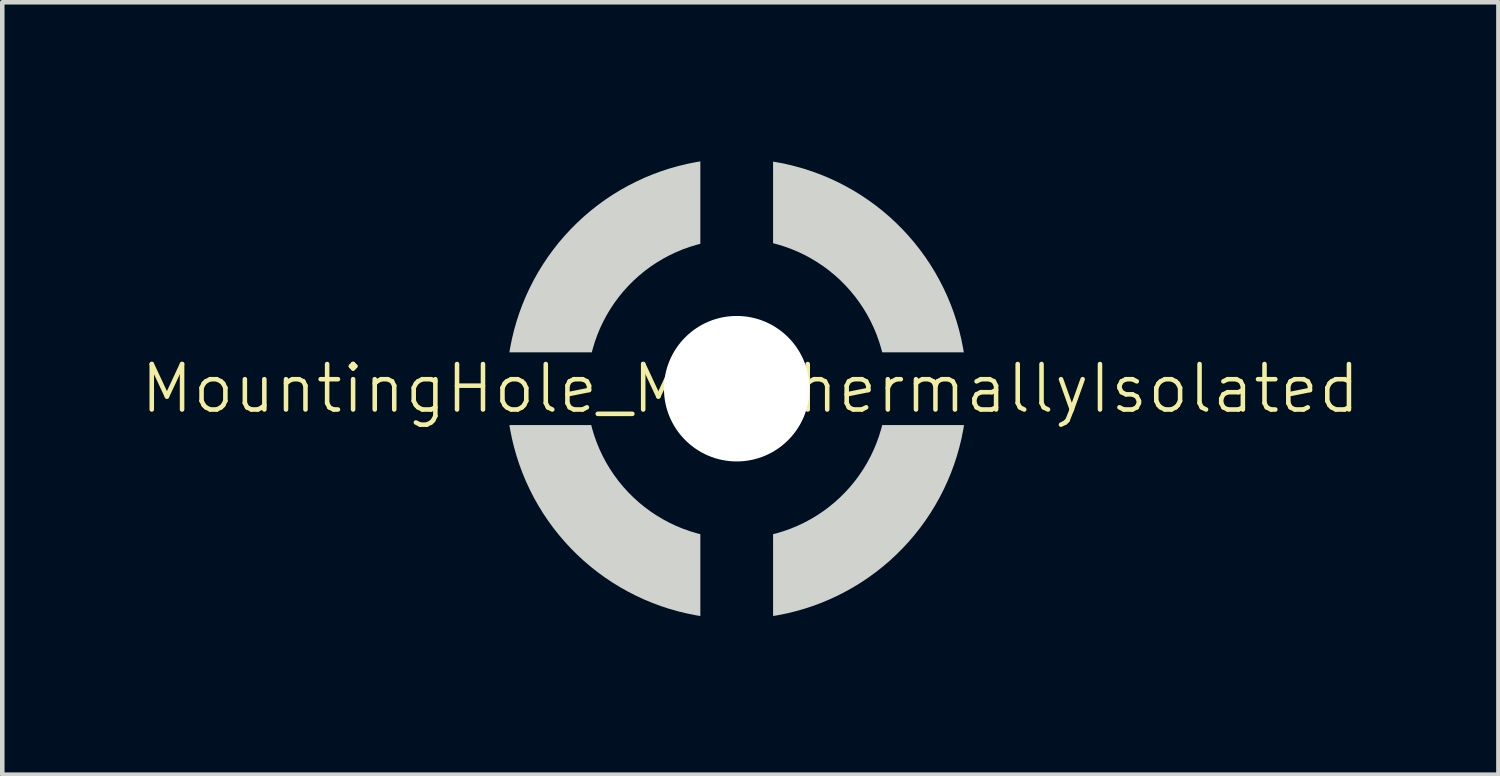
<source format=kicad_pcb>
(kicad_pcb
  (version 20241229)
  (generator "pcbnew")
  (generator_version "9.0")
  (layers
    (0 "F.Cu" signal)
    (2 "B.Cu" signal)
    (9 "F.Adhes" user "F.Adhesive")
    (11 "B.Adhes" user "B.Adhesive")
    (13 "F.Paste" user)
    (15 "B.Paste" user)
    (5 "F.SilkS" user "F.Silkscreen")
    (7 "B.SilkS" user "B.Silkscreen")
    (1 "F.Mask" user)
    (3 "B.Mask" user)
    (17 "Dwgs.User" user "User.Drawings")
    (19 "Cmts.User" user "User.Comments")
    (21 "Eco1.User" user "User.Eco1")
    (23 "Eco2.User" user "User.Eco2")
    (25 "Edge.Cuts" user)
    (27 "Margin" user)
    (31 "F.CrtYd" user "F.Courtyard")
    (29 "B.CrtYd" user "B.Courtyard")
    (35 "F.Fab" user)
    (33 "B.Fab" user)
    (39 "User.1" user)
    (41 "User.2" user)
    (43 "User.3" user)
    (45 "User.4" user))
  (footprint "MountingHole_M3_ThermallyIsolated"
    (layer "F.Cu")
    (at 13.155 5.5)
    (property "Reference" "MountingHole_M3_ThermallyIsolated" (at 0.3 0 0) (unlocked yes) (layer "F.SilkS") (effects (font (size 1 1) (thickness 0.1))))
    (attr through_hole)
    (fp_poly (pts (arc (start -4.999999 0.8) (mid -3.580502 3.580502) (end -0.8 4.999999)) (arc (start -0.8 3.2) (mid -2.332381 2.332381) (end -3.2 0.8))) (stroke (width 0) (type solid)) (fill yes) (layer "Edge.Cuts"))
    (fp_poly (pts (arc (start -3.187106 -0.8) (mid -2.322433 -2.324642) (end -0.8 -3.187107)) (arc (start -0.8 -4.999997) (mid -3.580239 -3.580766) (end -4.999997 -0.8))) (stroke (width 0) (type solid)) (fill yes) (layer "Edge.Cuts"))
    (fp_poly (pts (arc (start 0.8 4.999999) (mid 3.580502 3.580502) (end 4.999999 0.8)) (arc (start 3.2 0.8) (mid 2.332381 2.332381) (end 0.8 3.2))) (stroke (width 0) (type solid)) (fill yes) (layer "Edge.Cuts"))
    (fp_poly (pts (arc (start 3.2 -0.8) (mid 2.332381 -2.332381) (end 0.8 -3.2)) (arc (start 0.8 -4.994698) (mid 3.577097 -3.576505) (end 4.99483 -0.799173))) (stroke (width 0) (type solid)) (fill yes) (layer "Edge.Cuts"))
    (pad "" np_thru_hole circle (at 0 0) (size 3.2 3.2) (drill 3.2) (layers "*.Cu" "*.Mask"))
    (zone (net_name "") (layers "F.Cu" "B.Cu") (hatch edge 0.5) (connect_pads) (min_thickness 0.25) (filled_areas_thickness no) (keepout (tracks not_allowed) (vias not_allowed) (pads not_allowed) (copperpour not_allowed) (footprints not_allowed)) (placement (enabled no)) (fill) (polygon (pts (xy 18.621 5.495) (xy 18.602 5.029) (xy 18.542 4.566) (xy 18.444 4.109) (xy 18.307 3.663) (xy 18.133 3.23) (xy 17.923 2.813) (xy 17.678 2.415) (xy 17.401 2.04) (xy 17.092 1.689) (xy 16.755 1.366) (xy 16.392 1.073) (xy 16.005 0.812) (xy 15.597 0.584) (xy 15.172 0.392) (xy 14.732 0.236) (xy 14.28 0.118) (xy 13.82 0.04) (xy 13.355 0) (xy 12.888 0) (xy 12.423 0.04) (xy 11.963 0.118) (xy 11.511 0.236) (xy 11.071 0.392) (xy 10.645 0.584) (xy 10.238 0.812) (xy 9.851 1.073) (xy 9.488 1.366) (xy 9.151 1.689) (xy 8.842 2.04) (xy 8.565 2.415) (xy 8.32 2.813) (xy 8.11 3.23) (xy 7.936 3.663) (xy 7.799 4.109) (xy 7.7 4.566) (xy 7.641 5.029) (xy 7.621 5.495) (xy 7.641 5.961) (xy 7.7 6.425) (xy 7.799 6.881) (xy 7.936 7.327) (xy 8.11 7.761) (xy 8.32 8.177) (xy 8.565 8.575) (xy 8.842 8.95) (xy 9.151 9.301) (xy 9.488 9.624) (xy 9.851 9.917) (xy 10.238 10.178) (xy 10.645 10.406) (xy 11.071 10.598) (xy 11.511 10.754) (xy 11.963 10.872) (xy 12.423 10.95) (xy 12.888 10.99) (xy 13.355 10.99) (xy 13.82 10.95) (xy 14.28 10.872) (xy 14.732 10.754) (xy 15.172 10.598) (xy 15.597 10.406) (xy 16.005 10.178) (xy 16.392 9.917) (xy 16.755 9.624) (xy 17.092 9.301) (xy 17.401 8.95) (xy 17.678 8.575) (xy 17.923 8.177) (xy 18.133 7.761) (xy 18.307 7.327) (xy 18.444 6.881) (xy 18.542 6.425) (xy 18.602 5.961)))))
  (gr_rect
    (start -3 -3)
    (end 29.91 13.99)
    (stroke (width 0.1) (type default))
    (fill no)
    (layer "Edge.Cuts")))
</source>
